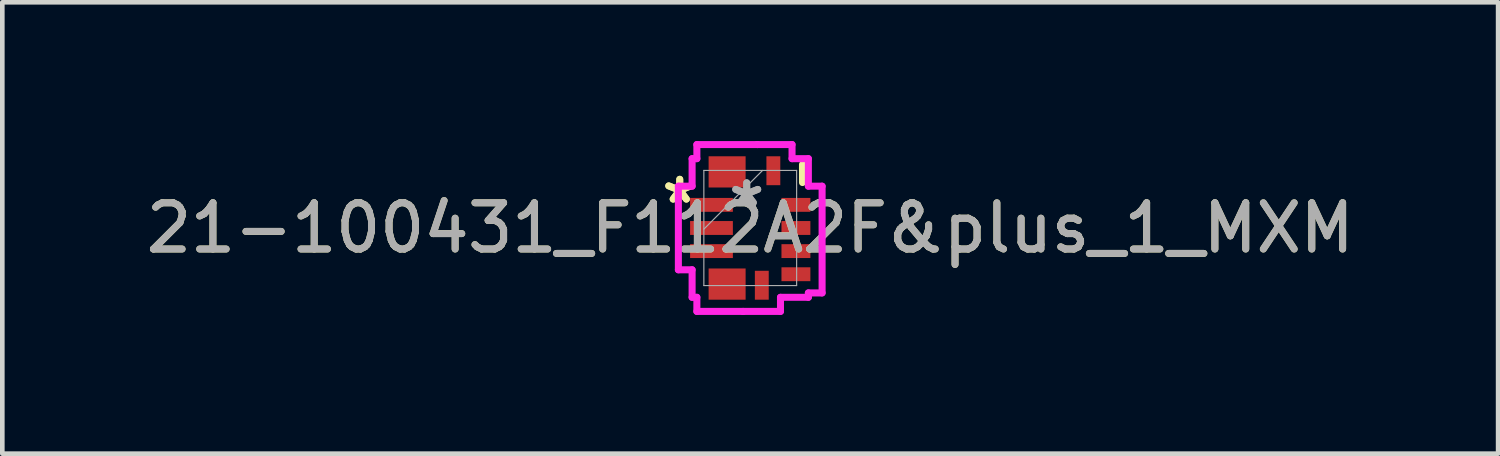
<source format=kicad_pcb>
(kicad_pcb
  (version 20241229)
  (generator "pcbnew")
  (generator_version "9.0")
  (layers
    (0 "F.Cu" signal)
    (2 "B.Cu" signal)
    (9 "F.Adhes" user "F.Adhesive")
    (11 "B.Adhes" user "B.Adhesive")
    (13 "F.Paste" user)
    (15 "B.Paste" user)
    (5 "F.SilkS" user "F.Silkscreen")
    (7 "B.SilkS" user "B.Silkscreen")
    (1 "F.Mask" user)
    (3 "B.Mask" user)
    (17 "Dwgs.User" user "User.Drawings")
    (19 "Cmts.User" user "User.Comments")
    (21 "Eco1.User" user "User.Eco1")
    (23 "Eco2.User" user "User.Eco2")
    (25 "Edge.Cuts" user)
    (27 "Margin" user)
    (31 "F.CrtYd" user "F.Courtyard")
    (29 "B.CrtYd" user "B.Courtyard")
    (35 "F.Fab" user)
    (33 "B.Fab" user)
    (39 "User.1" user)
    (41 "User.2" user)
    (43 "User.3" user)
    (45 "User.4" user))
  (footprint "21-100431_F112A2F&plus_1_MXM"
    (layer "F.Cu")
    (at 13.173 1.88)
    (property "Reference" "21-100431_F112A2F&plus_1_MXM" (at 0 0 0) (unlocked yes) (layer "F.SilkS") (effects (font (size 1 1) (thickness 0.15))))
    (attr smd)
    (fp_line (start 1.13 -1.372) (end 1.13 -0.983) (stroke (width 0.152) (type solid)) (layer "F.SilkS"))
    (fp_line (start -1.554 -0.904) (end -1.554 0.904) (stroke (width 0.152) (type solid)) (layer "F.CrtYd"))
    (fp_line (start -1.554 0.904) (end -1.257 0.904) (stroke (width 0.152) (type solid)) (layer "F.CrtYd"))
    (fp_line (start -1.257 -1.499) (end -1.257 -0.904) (stroke (width 0.152) (type solid)) (layer "F.CrtYd"))
    (fp_line (start -1.257 -0.904) (end -1.554 -0.904) (stroke (width 0.152) (type solid)) (layer "F.CrtYd"))
    (fp_line (start -1.257 0.904) (end -1.257 1.499) (stroke (width 0.152) (type solid)) (layer "F.CrtYd"))
    (fp_line (start -1.257 1.499) (end -1.154 1.499) (stroke (width 0.152) (type solid)) (layer "F.CrtYd"))
    (fp_line (start -1.154 -1.804) (end -1.154 -1.499) (stroke (width 0.152) (type solid)) (layer "F.CrtYd"))
    (fp_line (start -1.154 -1.499) (end -1.257 -1.499) (stroke (width 0.152) (type solid)) (layer "F.CrtYd"))
    (fp_line (start -1.154 1.499) (end -1.154 1.804) (stroke (width 0.152) (type solid)) (layer "F.CrtYd"))
    (fp_line (start -1.154 1.804) (end -0.154 1.804) (stroke (width 0.152) (type solid)) (layer "F.CrtYd"))
    (fp_line (start -0.154 1.804) (end -0.154 1.804) (stroke (width 0.152) (type solid)) (layer "F.CrtYd"))
    (fp_line (start -0.154 1.804) (end 0.654 1.804) (stroke (width 0.152) (type solid)) (layer "F.CrtYd"))
    (fp_line (start 0.154 -1.804) (end -1.154 -1.804) (stroke (width 0.152) (type solid)) (layer "F.CrtYd"))
    (fp_line (start 0.154 -1.804) (end 0.154 -1.804) (stroke (width 0.152) (type solid)) (layer "F.CrtYd"))
    (fp_line (start 0.654 1.499) (end 1.257 1.499) (stroke (width 0.152) (type solid)) (layer "F.CrtYd"))
    (fp_line (start 0.654 1.804) (end 0.654 1.499) (stroke (width 0.152) (type solid)) (layer "F.CrtYd"))
    (fp_line (start 0.904 -1.804) (end 0.154 -1.804) (stroke (width 0.152) (type solid)) (layer "F.CrtYd"))
    (fp_line (start 0.904 -1.499) (end 0.904 -1.804) (stroke (width 0.152) (type solid)) (layer "F.CrtYd"))
    (fp_line (start 1.257 -1.499) (end 0.904 -1.499) (stroke (width 0.152) (type solid)) (layer "F.CrtYd"))
    (fp_line (start 1.257 -0.904) (end 1.257 -1.499) (stroke (width 0.152) (type solid)) (layer "F.CrtYd"))
    (fp_line (start 1.257 1.404) (end 1.554 1.404) (stroke (width 0.152) (type solid)) (layer "F.CrtYd"))
    (fp_line (start 1.257 1.499) (end 1.257 1.404) (stroke (width 0.152) (type solid)) (layer "F.CrtYd"))
    (fp_line (start 1.554 -0.904) (end 1.257 -0.904) (stroke (width 0.152) (type solid)) (layer "F.CrtYd"))
    (fp_line (start 1.554 1.404) (end 1.554 -0.904) (stroke (width 0.152) (type solid)) (layer "F.CrtYd"))
    (fp_line (start -1.003 -1.245) (end -1.003 1.245) (stroke (width 0.025) (type solid)) (layer "F.Fab"))
    (fp_line (start -1.003 0.025) (end 0.267 -1.245) (stroke (width 0.025) (type solid)) (layer "F.Fab"))
    (fp_line (start -1.003 1.245) (end 1.003 1.245) (stroke (width 0.025) (type solid)) (layer "F.Fab"))
    (fp_line (start 1.003 -1.245) (end -1.003 -1.245) (stroke (width 0.025) (type solid)) (layer "F.Fab"))
    (fp_line (start 1.003 1.245) (end 1.003 -1.245) (stroke (width 0.025) (type solid)) (layer "F.Fab"))
    (fp_text user "*" (at -1.524 -0.508 0) (unlocked yes) (layer "F.SilkS") (effects (font (size 1 1) (thickness 0.15))))
    (fp_text user "*" (at -1.524 -0.508 0) (layer "F.SilkS") (effects (font (size 1 1) (thickness 0.15))))
    (fp_text user "${REFERENCE}" (at 0 0 0) (unlocked yes) (layer "F.Fab") (effects (font (size 1 1) (thickness 0.15))))
    (fp_text user "*" (at -0.076 -0.432 0) (layer "F.Fab") (effects (font (size 1 1) (thickness 0.15))))
    (fp_text user "*" (at -0.076 -0.432 0) (unlocked yes) (layer "F.Fab") (effects (font (size 1 1) (thickness 0.15))))
    (pad "1" smd rect (at -0.838 -0.5) (size 0.925 0.3) (layers "F.Cu" "F.Mask" "F.Paste"))
    (pad "2" smd rect (at -0.838 0) (size 0.925 0.3) (layers "F.Cu" "F.Mask" "F.Paste"))
    (pad "3" smd rect (at -0.838 0.5) (size 0.925 0.3) (layers "F.Cu" "F.Mask" "F.Paste"))
    (pad "4" smd rect (at -0.5 1.213 90) (size 0.675 0.8) (layers "F.Cu" "F.Mask" "F.Paste"))
    (pad "5" smd rect (at 0.25 1.238 90) (size 0.625 0.3) (layers "F.Cu" "F.Mask" "F.Paste"))
    (pad "6" smd rect (at 0.988 1) (size 0.625 0.3) (layers "F.Cu" "F.Mask" "F.Paste"))
    (pad "7" smd rect (at 0.988 0.5) (size 0.625 0.3) (layers "F.Cu" "F.Mask" "F.Paste"))
    (pad "8" smd rect (at 0.988 0) (size 0.625 0.3) (layers "F.Cu" "F.Mask" "F.Paste"))
    (pad "9" smd rect (at 0.988 -0.5) (size 0.625 0.3) (layers "F.Cu" "F.Mask" "F.Paste"))
    (pad "10" smd rect (at 0.5 -1.238 90) (size 0.625 0.3) (layers "F.Cu" "F.Mask" "F.Paste"))
    (pad "11" smd rect (at -0.5 -1.213 90) (size 0.675 0.8) (layers "F.Cu" "F.Mask" "F.Paste")))
  (gr_rect
    (start -3 -3)
    (end 29.345 6.76)
    (stroke (width 0.1) (type default))
    (fill no)
    (layer "Edge.Cuts")))
</source>
